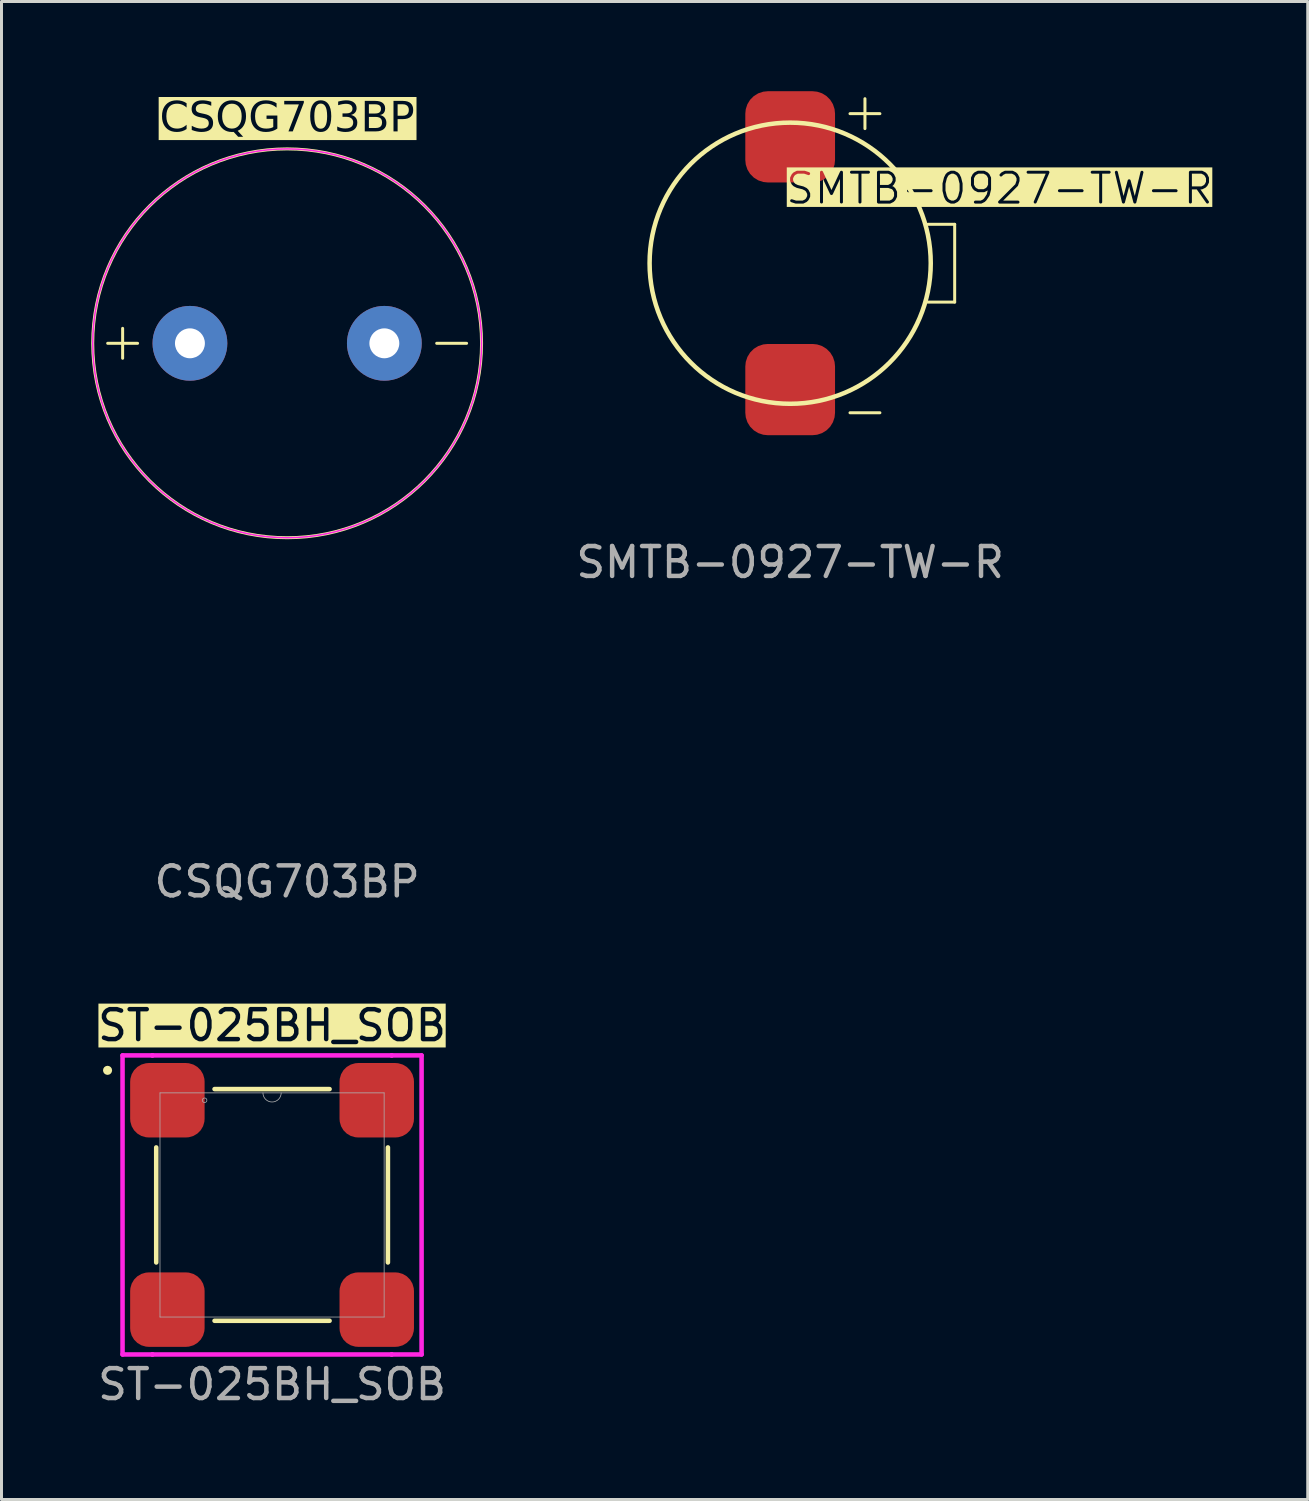
<source format=kicad_pcb>
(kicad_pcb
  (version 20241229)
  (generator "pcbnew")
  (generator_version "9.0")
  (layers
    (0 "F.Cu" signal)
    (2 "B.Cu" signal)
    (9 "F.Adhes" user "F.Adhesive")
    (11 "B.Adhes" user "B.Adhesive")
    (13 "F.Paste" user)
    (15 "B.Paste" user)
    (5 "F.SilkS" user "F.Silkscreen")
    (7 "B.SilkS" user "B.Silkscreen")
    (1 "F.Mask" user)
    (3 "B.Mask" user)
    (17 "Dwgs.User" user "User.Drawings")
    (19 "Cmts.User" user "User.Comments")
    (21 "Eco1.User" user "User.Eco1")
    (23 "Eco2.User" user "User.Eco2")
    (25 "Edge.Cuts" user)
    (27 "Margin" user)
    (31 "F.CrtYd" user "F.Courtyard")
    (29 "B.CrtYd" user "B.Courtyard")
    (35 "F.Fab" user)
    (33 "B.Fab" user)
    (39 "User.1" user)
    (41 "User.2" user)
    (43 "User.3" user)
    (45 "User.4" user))
  (footprint "SMTB-0927-TW-R"
    (layer "F.Cu")
    (at 23.368 5.75)
    (property "Reference" "SMTB-0927-TW-R" (at 7 -2.5 0) (unlocked yes) (layer "F.SilkS" knockout) (effects (font (size 1 1) (thickness 0.1))))
    (attr smd)
    (fp_line (start 2 -5) (end 3 -5) (stroke (width 0.1) (type default)) (layer "F.SilkS"))
    (fp_line (start 2 5) (end 3 5) (stroke (width 0.1) (type default)) (layer "F.SilkS"))
    (fp_line (start 2.5 -5.5) (end 2.5 -4.5) (stroke (width 0.1) (type default)) (layer "F.SilkS"))
    (fp_line (start 5.5 -1.3) (end 4.6 -1.3) (stroke (width 0.1) (type default)) (layer "F.SilkS"))
    (fp_line (start 5.5 -1.3) (end 5.5 1.3) (stroke (width 0.1) (type default)) (layer "F.SilkS"))
    (fp_line (start 5.5 1.3) (end 4.6 1.3) (stroke (width 0.1) (type default)) (layer "F.SilkS"))
    (fp_circle (center 0 0) (end 4.7 0) (stroke (width 0.15) (type default)) (fill no) (layer "F.SilkS"))
    (fp_text user "${REFERENCE}" (at 0 10 0) (unlocked yes) (layer "F.Fab") (effects (font (size 1 1) (thickness 0.15))))
    (pad "1" smd roundrect (at 0 -4.225) (size 3 3.05) (layers "F.Cu" "F.Mask" "F.Paste") (roundrect_rratio 0.25))
    (pad "2" smd roundrect (at 0 4.225) (size 3 3.05) (layers "F.Cu" "F.Mask" "F.Paste") (roundrect_rratio 0.25)))
  (footprint "ST-025BH_SOB"
    (layer "F.Cu")
    (at 6.046 37.235)
    (property "Reference" "ST-025BH_SOB" (at 0 -6 0) (unlocked yes) (layer "F.SilkS" knockout) (effects (font (size 1 1) (thickness 0.15))))
    (attr smd)
    (fp_line (start -3.873 -1.923) (end -3.873 1.923) (stroke (width 0.152) (type solid)) (layer "F.SilkS"))
    (fp_line (start -1.923 3.873) (end 1.923 3.873) (stroke (width 0.152) (type solid)) (layer "F.SilkS"))
    (fp_line (start 1.923 -3.873) (end -1.923 -3.873) (stroke (width 0.152) (type solid)) (layer "F.SilkS"))
    (fp_line (start 3.873 1.923) (end 3.873 -1.923) (stroke (width 0.152) (type solid)) (layer "F.SilkS"))
    (fp_circle (center -5.5 -4.5) (end -5.424 -4.5) (stroke (width 0.152) (type solid)) (fill no) (layer "F.SilkS"))
    (fp_line (start -4.999 -4.999) (end -4 -4.999) (stroke (width 0.152) (type solid)) (layer "F.CrtYd"))
    (fp_line (start -4.999 4.999) (end -4.999 -4.999) (stroke (width 0.152) (type solid)) (layer "F.CrtYd"))
    (fp_line (start -4.999 4.999) (end -4 4.999) (stroke (width 0.152) (type solid)) (layer "F.CrtYd"))
    (fp_line (start -4 -4.999) (end -4 -4.999) (stroke (width 0.152) (type solid)) (layer "F.CrtYd"))
    (fp_line (start -4 -4.999) (end 4 -4.999) (stroke (width 0.152) (type solid)) (layer "F.CrtYd"))
    (fp_line (start -4 4.999) (end -4 4.999) (stroke (width 0.152) (type solid)) (layer "F.CrtYd"))
    (fp_line (start 4 -4.999) (end 4 -4.999) (stroke (width 0.152) (type solid)) (layer "F.CrtYd"))
    (fp_line (start 4 4.999) (end -4 4.999) (stroke (width 0.152) (type solid)) (layer "F.CrtYd"))
    (fp_line (start 4 4.999) (end 4 4.999) (stroke (width 0.152) (type solid)) (layer "F.CrtYd"))
    (fp_line (start 4.999 -4.999) (end 4 -4.999) (stroke (width 0.152) (type solid)) (layer "F.CrtYd"))
    (fp_line (start 4.999 -4.999) (end 4.999 4.999) (stroke (width 0.152) (type solid)) (layer "F.CrtYd"))
    (fp_line (start 4.999 4.999) (end 4 4.999) (stroke (width 0.152) (type solid)) (layer "F.CrtYd"))
    (fp_line (start -3.747 -3.747) (end -3.747 3.747) (stroke (width 0.025) (type solid)) (layer "F.Fab"))
    (fp_line (start -3.747 3.747) (end 3.747 3.747) (stroke (width 0.025) (type solid)) (layer "F.Fab"))
    (fp_line (start 3.747 -3.747) (end -3.747 -3.747) (stroke (width 0.025) (type solid)) (layer "F.Fab"))
    (fp_line (start 3.747 3.747) (end 3.747 -3.747) (stroke (width 0.025) (type solid)) (layer "F.Fab"))
    (fp_arc (start 0.3048 -3.7465) (mid 0 -3.4417) (end -0.3048 -3.7465) (stroke (width 0.0254) (type solid)) (layer "F.Fab"))
    (fp_circle (center -2.255 -3.5) (end -2.179 -3.5) (stroke (width 0.025) (type solid)) (fill no) (layer "F.Fab"))
    (fp_text user "${REFERENCE}" (at 0 6 0) (unlocked yes) (layer "F.Fab") (effects (font (size 1 1) (thickness 0.15))))
    (pad "1" smd roundrect (at -3.5 -3.5) (size 2.489 2.489) (layers "F.Cu" "F.Mask" "F.Paste") (roundrect_rratio 0.25))
    (pad "2" smd roundrect (at -3.5 3.5) (size 2.489 2.489) (layers "F.Cu" "F.Mask" "F.Paste") (roundrect_rratio 0.25))
    (pad "3" smd roundrect (at 3.5 3.5) (size 2.489 2.489) (layers "F.Cu" "F.Mask" "F.Paste") (roundrect_rratio 0.25))
    (pad "4" smd roundrect (at 3.5 -3.5) (size 2.489 2.489) (layers "F.Cu" "F.Mask" "F.Paste") (roundrect_rratio 0.25)))
  (footprint "CSQG703BP"
    (layer "F.Cu")
    (at 6.55 8.428)
    (property "Reference" "CSQG703BP" (at 0 -7.5 0) (unlocked yes) (layer "F.SilkS" knockout) (effects (font (face "Futura") (size 1 1) (thickness 0.1))))
    (attr smd)
    (fp_line (start -6 0) (end -5 0) (stroke (width 0.1) (type default)) (layer "F.SilkS"))
    (fp_line (start -5.5 -0.5) (end -5.5 0.5) (stroke (width 0.1) (type default)) (layer "F.SilkS"))
    (fp_line (start 5 0) (end 6 0) (stroke (width 0.1) (type default)) (layer "F.SilkS"))
    (fp_circle (center 0 0) (end 6.5 0) (stroke (width 0.1) (type default)) (fill no) (layer "F.SilkS"))
    (fp_circle (center 0 0) (end 6.5 0) (stroke (width 0.05) (type default)) (fill no) (layer "F.CrtYd"))
    (fp_text user "${REFERENCE}" (at 0 18 0) (unlocked yes) (layer "F.Fab") (effects (font (size 1 1) (thickness 0.15))))
    (pad "1" thru_hole circle (at -3.25 0) (size 2.5 2.5) (drill 1) (layers "*.Cu" "*.Mask"))
    (pad "2" thru_hole circle (at 3.25 0) (size 2.5 2.5) (drill 1) (layers "*.Cu" "*.Mask")))
  (gr_rect
    (start -3 -3)
    (end 40.672 47.084)
    (stroke (width 0.1) (type default))
    (fill no)
    (layer "Edge.Cuts")))
</source>
